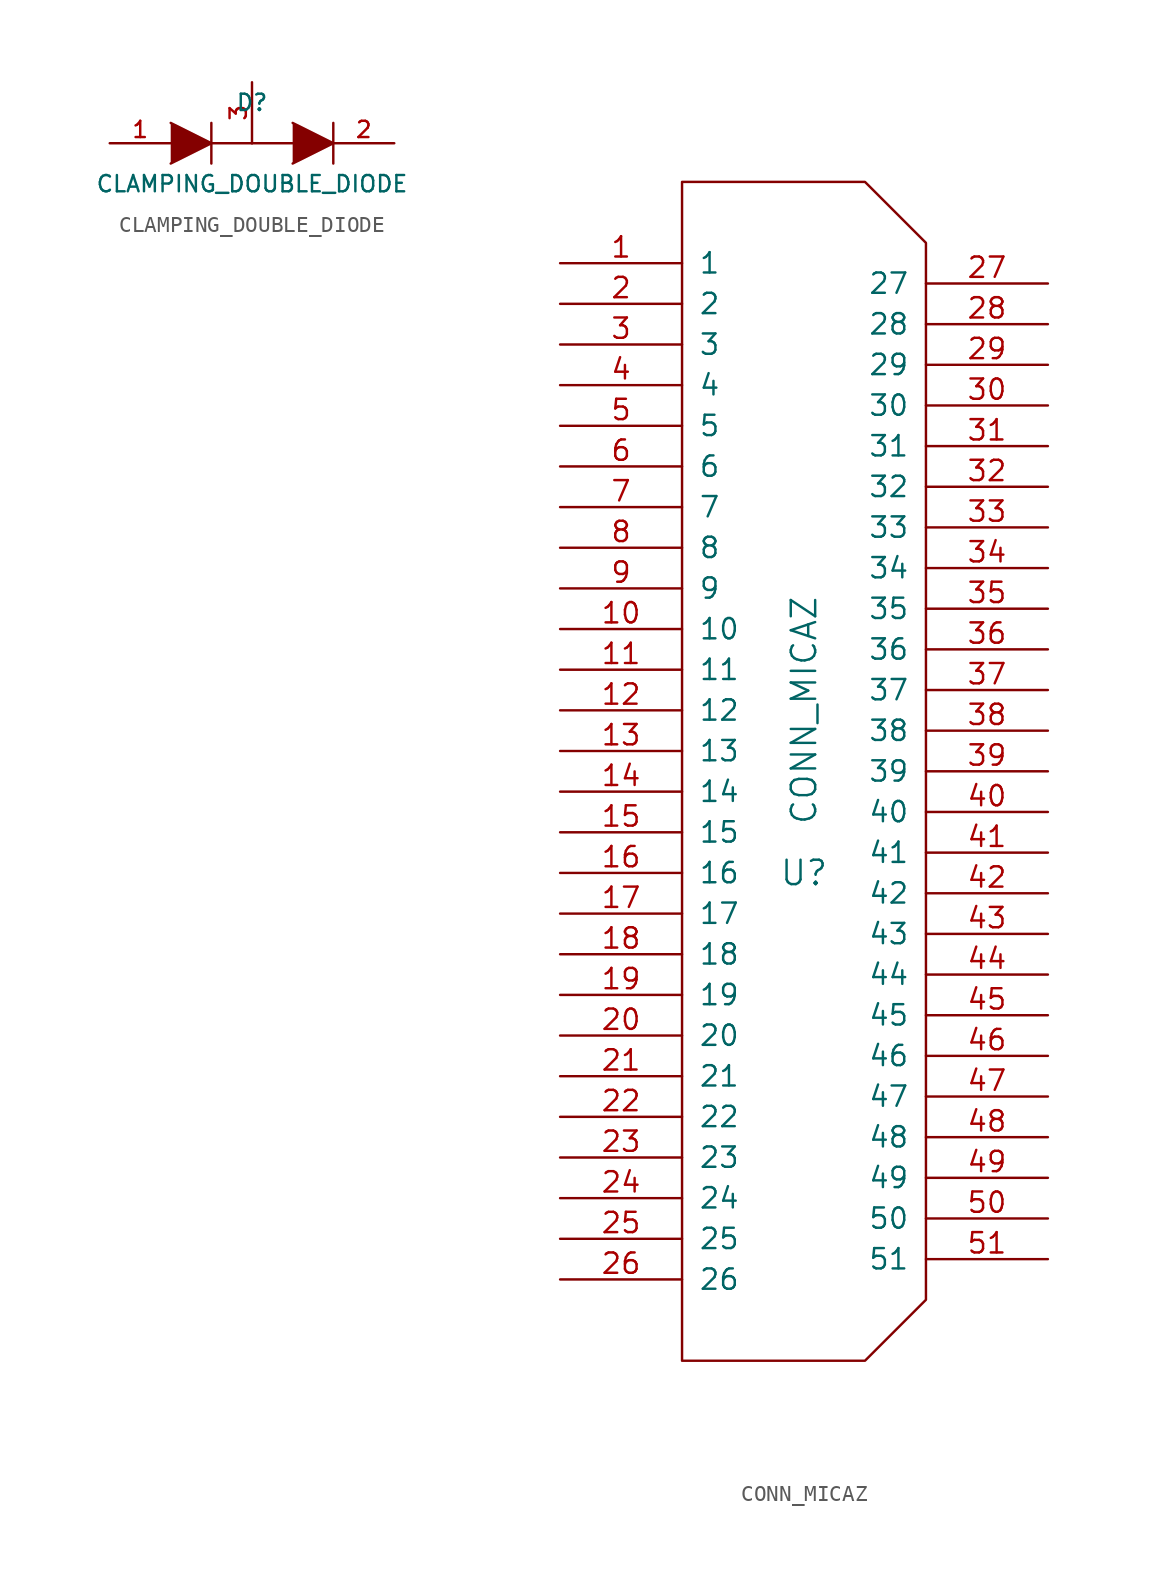
<source format=kicad_sym>
(kicad_symbol_lib
  (version 20220914)
  (generator kicad_symbol_editor)
  (symbol "CLAMPING_DOUBLE_DIODE"
    (pin_names
      (offset 1.016) hide)
    (property "Reference" "D"
      (at 0 2.54 0)
      (effects (font (size 1.016 1.016))))
    (property "Value" "CLAMPING_DOUBLE_DIODE"
      (at 0 -2.54 0)
      (effects (font (size 1.016 1.016))))
    (property "Footprint" ""
      (at 0 0 0)
      (effects (font (size 1.524 1.524))))
    (property "Datasheet" ""
      (at 0 0 0)
      (effects (font (size 1.524 1.524))))
    (symbol "CLAMPING_DOUBLE_DIODE_0_1"
      (polyline (pts (xy -2.54 0) (xy 0 0)) (stroke (width 0) (type solid)) (fill (type none)))
      (polyline (pts (xy -2.54 1.27) (xy -2.54 -1.27)) (stroke (width 0.152) (type solid)) (fill (type none)))
      (polyline (pts (xy 0 0) (xy 2.54 0)) (stroke (width 0) (type solid)) (fill (type none)))
      (polyline (pts (xy 5.08 1.27) (xy 5.08 -1.27)) (stroke (width 0.152) (type solid)) (fill (type none)))
      (polyline (pts (xy -5.08 1.27) (xy -2.54 0) (xy -5.08 -1.27)) (stroke (width 0) (type solid)) (fill (type outline)))
      (polyline (pts (xy 2.54 1.27) (xy 5.08 0) (xy 2.54 -1.27)) (stroke (width 0) (type solid)) (fill (type outline))))
    (symbol "CLAMPING_DOUBLE_DIODE_1_1"
      (pin passive line (at -8.89 0 0) (length 3.81) (name "A" (effects (font (size 1.016 1.016)))) (number "1" (effects (font (size 1.016 1.016)))))
      (pin passive line (at 8.89 0 180) (length 3.81) (name "K" (effects (font (size 1.016 1.016)))) (number "2" (effects (font (size 1.016 1.016)))))
      (pin passive line (at 0 3.81 270) (length 3.81) (name "COMMON" (effects (font (size 1.016 1.016)))) (number "3" (effects (font (size 1.016 1.016)))))))
  (symbol "CONN_MICAZ"
    (pin_names
      (offset 1.016))
    (property "Reference" "U"
      (at 0 -6.35 0)
      (effects (font (size 1.524 1.524))))
    (property "Value" "CONN_MICAZ"
      (at 0 3.81 90)
      (effects (font (size 1.524 1.524))))
    (property "Footprint" ""
      (at 0 0 0)
      (effects (font (size 1.524 1.524))))
    (property "Datasheet" ""
      (at 0 0 0)
      (effects (font (size 1.524 1.524))))
    (symbol "CONN_MICAZ_0_1"
      (polyline (pts (xy -7.62 36.83) (xy -7.62 -36.83) (xy 3.81 -36.83) (xy 7.62 -33.02) (xy 7.62 33.02) (xy 3.81 36.83) (xy -7.62 36.83)) (stroke (width 0) (type solid)) (fill (type none))))
    (symbol "CONN_MICAZ_1_1"
      (pin bidirectional line (at -15.24 31.75 0) (length 7.62) (name "1" (effects (font (size 1.27 1.27)))) (number "1" (effects (font (size 1.27 1.27)))))
      (pin bidirectional line (at -15.24 8.89 0) (length 7.62) (name "10" (effects (font (size 1.27 1.27)))) (number "10" (effects (font (size 1.27 1.27)))))
      (pin bidirectional line (at -15.24 6.35 0) (length 7.62) (name "11" (effects (font (size 1.27 1.27)))) (number "11" (effects (font (size 1.27 1.27)))))
      (pin bidirectional line (at -15.24 3.81 0) (length 7.62) (name "12" (effects (font (size 1.27 1.27)))) (number "12" (effects (font (size 1.27 1.27)))))
      (pin bidirectional line (at -15.24 1.27 0) (length 7.62) (name "13" (effects (font (size 1.27 1.27)))) (number "13" (effects (font (size 1.27 1.27)))))
      (pin bidirectional line (at -15.24 -1.27 0) (length 7.62) (name "14" (effects (font (size 1.27 1.27)))) (number "14" (effects (font (size 1.27 1.27)))))
      (pin bidirectional line (at -15.24 -3.81 0) (length 7.62) (name "15" (effects (font (size 1.27 1.27)))) (number "15" (effects (font (size 1.27 1.27)))))
      (pin bidirectional line (at -15.24 -6.35 0) (length 7.62) (name "16" (effects (font (size 1.27 1.27)))) (number "16" (effects (font (size 1.27 1.27)))))
      (pin bidirectional line (at -15.24 -8.89 0) (length 7.62) (name "17" (effects (font (size 1.27 1.27)))) (number "17" (effects (font (size 1.27 1.27)))))
      (pin bidirectional line (at -15.24 -11.43 0) (length 7.62) (name "18" (effects (font (size 1.27 1.27)))) (number "18" (effects (font (size 1.27 1.27)))))
      (pin bidirectional line (at -15.24 -13.97 0) (length 7.62) (name "19" (effects (font (size 1.27 1.27)))) (number "19" (effects (font (size 1.27 1.27)))))
      (pin bidirectional line (at -15.24 29.21 0) (length 7.62) (name "2" (effects (font (size 1.27 1.27)))) (number "2" (effects (font (size 1.27 1.27)))))
      (pin bidirectional line (at -15.24 -16.51 0) (length 7.62) (name "20" (effects (font (size 1.27 1.27)))) (number "20" (effects (font (size 1.27 1.27)))))
      (pin bidirectional line (at -15.24 -19.05 0) (length 7.62) (name "21" (effects (font (size 1.27 1.27)))) (number "21" (effects (font (size 1.27 1.27)))))
      (pin bidirectional line (at -15.24 -21.59 0) (length 7.62) (name "22" (effects (font (size 1.27 1.27)))) (number "22" (effects (font (size 1.27 1.27)))))
      (pin bidirectional line (at -15.24 -24.13 0) (length 7.62) (name "23" (effects (font (size 1.27 1.27)))) (number "23" (effects (font (size 1.27 1.27)))))
      (pin bidirectional line (at -15.24 -26.67 0) (length 7.62) (name "24" (effects (font (size 1.27 1.27)))) (number "24" (effects (font (size 1.27 1.27)))))
      (pin bidirectional line (at -15.24 -29.21 0) (length 7.62) (name "25" (effects (font (size 1.27 1.27)))) (number "25" (effects (font (size 1.27 1.27)))))
      (pin bidirectional line (at -15.24 -31.75 0) (length 7.62) (name "26" (effects (font (size 1.27 1.27)))) (number "26" (effects (font (size 1.27 1.27)))))
      (pin bidirectional line (at 15.24 30.48 180) (length 7.62) (name "27" (effects (font (size 1.27 1.27)))) (number "27" (effects (font (size 1.27 1.27)))))
      (pin bidirectional line (at 15.24 27.94 180) (length 7.62) (name "28" (effects (font (size 1.27 1.27)))) (number "28" (effects (font (size 1.27 1.27)))))
      (pin bidirectional line (at 15.24 25.4 180) (length 7.62) (name "29" (effects (font (size 1.27 1.27)))) (number "29" (effects (font (size 1.27 1.27)))))
      (pin bidirectional line (at -15.24 26.67 0) (length 7.62) (name "3" (effects (font (size 1.27 1.27)))) (number "3" (effects (font (size 1.27 1.27)))))
      (pin bidirectional line (at 15.24 22.86 180) (length 7.62) (name "30" (effects (font (size 1.27 1.27)))) (number "30" (effects (font (size 1.27 1.27)))))
      (pin bidirectional line (at 15.24 20.32 180) (length 7.62) (name "31" (effects (font (size 1.27 1.27)))) (number "31" (effects (font (size 1.27 1.27)))))
      (pin bidirectional line (at 15.24 17.78 180) (length 7.62) (name "32" (effects (font (size 1.27 1.27)))) (number "32" (effects (font (size 1.27 1.27)))))
      (pin bidirectional line (at 15.24 15.24 180) (length 7.62) (name "33" (effects (font (size 1.27 1.27)))) (number "33" (effects (font (size 1.27 1.27)))))
      (pin bidirectional line (at 15.24 12.7 180) (length 7.62) (name "34" (effects (font (size 1.27 1.27)))) (number "34" (effects (font (size 1.27 1.27)))))
      (pin bidirectional line (at 15.24 10.16 180) (length 7.62) (name "35" (effects (font (size 1.27 1.27)))) (number "35" (effects (font (size 1.27 1.27)))))
      (pin bidirectional line (at 15.24 7.62 180) (length 7.62) (name "36" (effects (font (size 1.27 1.27)))) (number "36" (effects (font (size 1.27 1.27)))))
      (pin bidirectional line (at 15.24 5.08 180) (length 7.62) (name "37" (effects (font (size 1.27 1.27)))) (number "37" (effects (font (size 1.27 1.27)))))
      (pin bidirectional line (at 15.24 2.54 180) (length 7.62) (name "38" (effects (font (size 1.27 1.27)))) (number "38" (effects (font (size 1.27 1.27)))))
      (pin bidirectional line (at 15.24 0 180) (length 7.62) (name "39" (effects (font (size 1.27 1.27)))) (number "39" (effects (font (size 1.27 1.27)))))
      (pin bidirectional line (at -15.24 24.13 0) (length 7.62) (name "4" (effects (font (size 1.27 1.27)))) (number "4" (effects (font (size 1.27 1.27)))))
      (pin bidirectional line (at 15.24 -2.54 180) (length 7.62) (name "40" (effects (font (size 1.27 1.27)))) (number "40" (effects (font (size 1.27 1.27)))))
      (pin bidirectional line (at 15.24 -5.08 180) (length 7.62) (name "41" (effects (font (size 1.27 1.27)))) (number "41" (effects (font (size 1.27 1.27)))))
      (pin bidirectional line (at 15.24 -7.62 180) (length 7.62) (name "42" (effects (font (size 1.27 1.27)))) (number "42" (effects (font (size 1.27 1.27)))))
      (pin bidirectional line (at 15.24 -10.16 180) (length 7.62) (name "43" (effects (font (size 1.27 1.27)))) (number "43" (effects (font (size 1.27 1.27)))))
      (pin bidirectional line (at 15.24 -12.7 180) (length 7.62) (name "44" (effects (font (size 1.27 1.27)))) (number "44" (effects (font (size 1.27 1.27)))))
      (pin bidirectional line (at 15.24 -15.24 180) (length 7.62) (name "45" (effects (font (size 1.27 1.27)))) (number "45" (effects (font (size 1.27 1.27)))))
      (pin bidirectional line (at 15.24 -17.78 180) (length 7.62) (name "46" (effects (font (size 1.27 1.27)))) (number "46" (effects (font (size 1.27 1.27)))))
      (pin bidirectional line (at 15.24 -20.32 180) (length 7.62) (name "47" (effects (font (size 1.27 1.27)))) (number "47" (effects (font (size 1.27 1.27)))))
      (pin bidirectional line (at 15.24 -22.86 180) (length 7.62) (name "48" (effects (font (size 1.27 1.27)))) (number "48" (effects (font (size 1.27 1.27)))))
      (pin bidirectional line (at 15.24 -25.4 180) (length 7.62) (name "49" (effects (font (size 1.27 1.27)))) (number "49" (effects (font (size 1.27 1.27)))))
      (pin bidirectional line (at -15.24 21.59 0) (length 7.62) (name "5" (effects (font (size 1.27 1.27)))) (number "5" (effects (font (size 1.27 1.27)))))
      (pin bidirectional line (at 15.24 -27.94 180) (length 7.62) (name "50" (effects (font (size 1.27 1.27)))) (number "50" (effects (font (size 1.27 1.27)))))
      (pin bidirectional line (at 15.24 -30.48 180) (length 7.62) (name "51" (effects (font (size 1.27 1.27)))) (number "51" (effects (font (size 1.27 1.27)))))
      (pin bidirectional line (at -15.24 19.05 0) (length 7.62) (name "6" (effects (font (size 1.27 1.27)))) (number "6" (effects (font (size 1.27 1.27)))))
      (pin bidirectional line (at -15.24 16.51 0) (length 7.62) (name "7" (effects (font (size 1.27 1.27)))) (number "7" (effects (font (size 1.27 1.27)))))
      (pin bidirectional line (at -15.24 13.97 0) (length 7.62) (name "8" (effects (font (size 1.27 1.27)))) (number "8" (effects (font (size 1.27 1.27)))))
      (pin bidirectional line (at -15.24 11.43 0) (length 7.62) (name "9" (effects (font (size 1.27 1.27)))) (number "9" (effects (font (size 1.27 1.27))))))))
</source>
